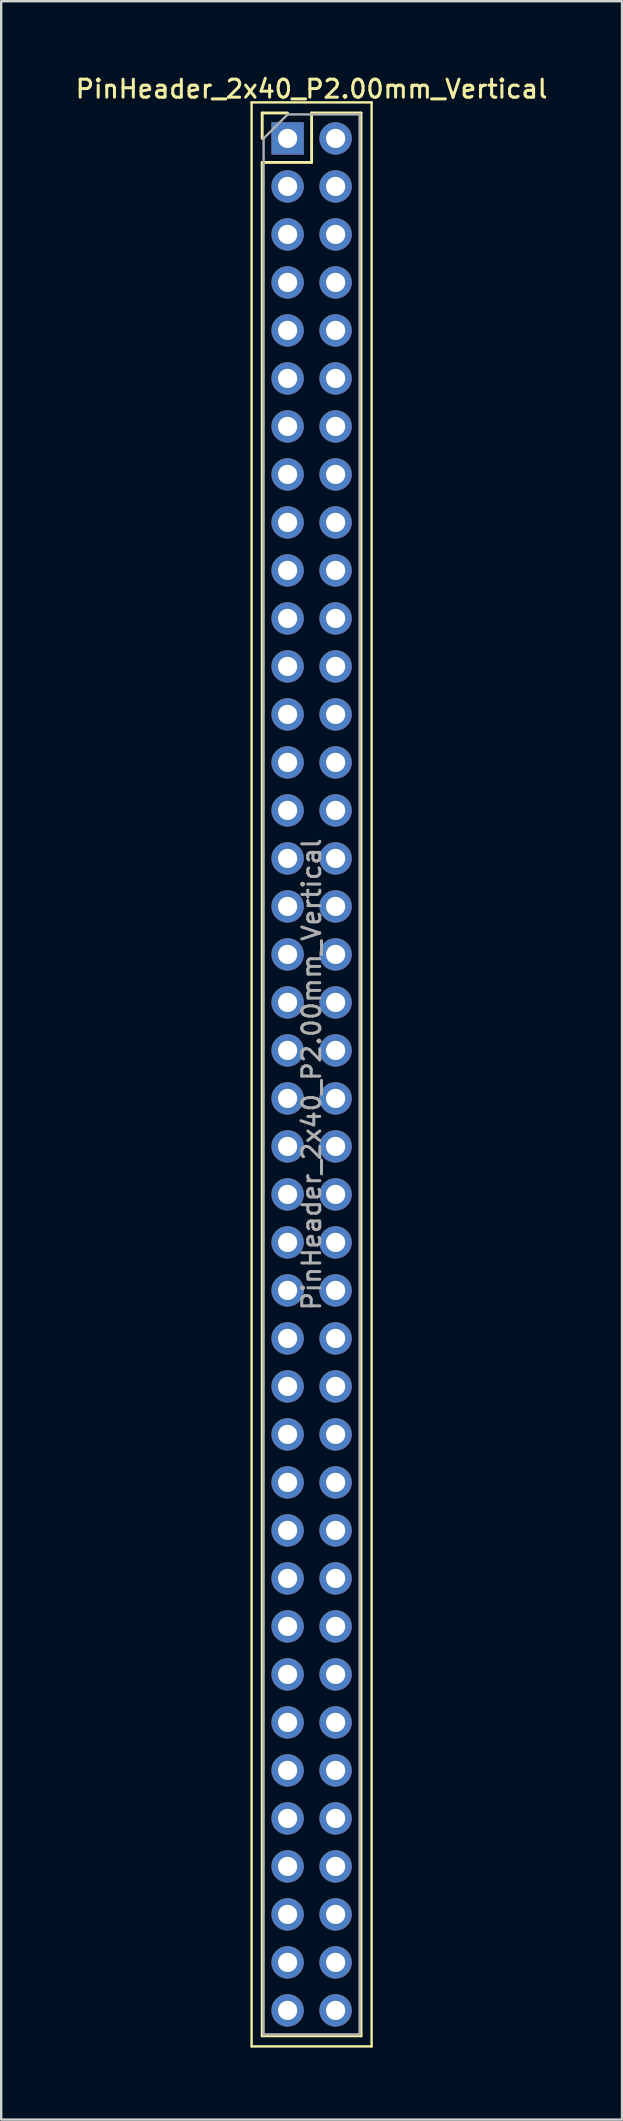
<source format=kicad_pcb>
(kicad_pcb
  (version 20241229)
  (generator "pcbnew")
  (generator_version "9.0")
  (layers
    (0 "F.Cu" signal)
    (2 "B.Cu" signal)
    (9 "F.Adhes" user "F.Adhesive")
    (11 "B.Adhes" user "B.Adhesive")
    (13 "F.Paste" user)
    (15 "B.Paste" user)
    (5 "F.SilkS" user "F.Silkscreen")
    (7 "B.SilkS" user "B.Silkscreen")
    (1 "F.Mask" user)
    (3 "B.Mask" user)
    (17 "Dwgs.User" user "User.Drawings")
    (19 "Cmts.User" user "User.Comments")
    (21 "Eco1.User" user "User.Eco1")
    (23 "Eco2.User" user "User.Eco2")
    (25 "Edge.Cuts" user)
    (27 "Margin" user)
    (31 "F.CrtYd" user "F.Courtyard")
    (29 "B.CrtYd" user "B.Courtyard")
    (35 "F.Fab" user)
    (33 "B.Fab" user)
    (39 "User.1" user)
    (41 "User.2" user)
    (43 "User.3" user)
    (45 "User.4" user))
  (footprint "PinHeader_2x40_P2.00mm_Vertical"
    (layer "F.Cu")
    (at 8.934 2.718)
    (property "Reference" "PinHeader_2x40_P2.00mm_Vertical" (at 1 -2.06 0) (layer "F.SilkS") (effects (font (size 0.75 0.75) (thickness 0.125))))
    (attr through_hole)
    (fp_line (start -1.5 -1.5) (end -1.5 79.5) (stroke (width 0.1) (type solid)) (layer "F.SilkS"))
    (fp_line (start -1.5 79.5) (end 3.5 79.5) (stroke (width 0.1) (type solid)) (layer "F.SilkS"))
    (fp_line (start -1.06 -1.06) (end 0 -1.06) (stroke (width 0.12) (type solid)) (layer "F.SilkS"))
    (fp_line (start -1.06 0) (end -1.06 -1.06) (stroke (width 0.12) (type solid)) (layer "F.SilkS"))
    (fp_line (start -1.06 1) (end -1.06 79.06) (stroke (width 0.12) (type solid)) (layer "F.SilkS"))
    (fp_line (start -1.06 1) (end 1 1) (stroke (width 0.12) (type solid)) (layer "F.SilkS"))
    (fp_line (start -1.06 79.06) (end 3.06 79.06) (stroke (width 0.12) (type solid)) (layer "F.SilkS"))
    (fp_line (start 1 -1.06) (end 3.06 -1.06) (stroke (width 0.12) (type solid)) (layer "F.SilkS"))
    (fp_line (start 1 1) (end 1 -1.06) (stroke (width 0.12) (type solid)) (layer "F.SilkS"))
    (fp_line (start 3.06 -1.06) (end 3.06 79.06) (stroke (width 0.12) (type solid)) (layer "F.SilkS"))
    (fp_line (start 3.5 -1.5) (end -1.5 -1.5) (stroke (width 0.1) (type solid)) (layer "F.SilkS"))
    (fp_line (start 3.5 79.5) (end 3.5 -1.5) (stroke (width 0.1) (type solid)) (layer "F.SilkS"))
    (fp_line (start -1 0) (end 0 -1) (stroke (width 0.1) (type solid)) (layer "F.Fab"))
    (fp_line (start -1 79) (end -1 0) (stroke (width 0.1) (type solid)) (layer "F.Fab"))
    (fp_line (start 0 -1) (end 3 -1) (stroke (width 0.1) (type solid)) (layer "F.Fab"))
    (fp_line (start 3 -1) (end 3 79) (stroke (width 0.1) (type solid)) (layer "F.Fab"))
    (fp_line (start 3 79) (end -1 79) (stroke (width 0.1) (type solid)) (layer "F.Fab"))
    (fp_text user "${REFERENCE}" (at 1 39 90) (layer "F.Fab") (effects (font (size 0.75 0.75) (thickness 0.125))))
    (pad "1" thru_hole rect (at 0 0) (size 1.35 1.35) (drill 0.8) (layers "*.Cu" "*.Mask"))
    (pad "2" thru_hole oval (at 2 0) (size 1.35 1.35) (drill 0.8) (layers "*.Cu" "*.Mask"))
    (pad "3" thru_hole oval (at 0 2) (size 1.35 1.35) (drill 0.8) (layers "*.Cu" "*.Mask"))
    (pad "4" thru_hole oval (at 2 2) (size 1.35 1.35) (drill 0.8) (layers "*.Cu" "*.Mask"))
    (pad "5" thru_hole oval (at 0 4) (size 1.35 1.35) (drill 0.8) (layers "*.Cu" "*.Mask"))
    (pad "6" thru_hole oval (at 2 4) (size 1.35 1.35) (drill 0.8) (layers "*.Cu" "*.Mask"))
    (pad "7" thru_hole oval (at 0 6) (size 1.35 1.35) (drill 0.8) (layers "*.Cu" "*.Mask"))
    (pad "8" thru_hole oval (at 2 6) (size 1.35 1.35) (drill 0.8) (layers "*.Cu" "*.Mask"))
    (pad "9" thru_hole oval (at 0 8) (size 1.35 1.35) (drill 0.8) (layers "*.Cu" "*.Mask"))
    (pad "10" thru_hole oval (at 2 8) (size 1.35 1.35) (drill 0.8) (layers "*.Cu" "*.Mask"))
    (pad "11" thru_hole oval (at 0 10) (size 1.35 1.35) (drill 0.8) (layers "*.Cu" "*.Mask"))
    (pad "12" thru_hole oval (at 2 10) (size 1.35 1.35) (drill 0.8) (layers "*.Cu" "*.Mask"))
    (pad "13" thru_hole oval (at 0 12) (size 1.35 1.35) (drill 0.8) (layers "*.Cu" "*.Mask"))
    (pad "14" thru_hole oval (at 2 12) (size 1.35 1.35) (drill 0.8) (layers "*.Cu" "*.Mask"))
    (pad "15" thru_hole oval (at 0 14) (size 1.35 1.35) (drill 0.8) (layers "*.Cu" "*.Mask"))
    (pad "16" thru_hole oval (at 2 14) (size 1.35 1.35) (drill 0.8) (layers "*.Cu" "*.Mask"))
    (pad "17" thru_hole oval (at 0 16) (size 1.35 1.35) (drill 0.8) (layers "*.Cu" "*.Mask"))
    (pad "18" thru_hole oval (at 2 16) (size 1.35 1.35) (drill 0.8) (layers "*.Cu" "*.Mask"))
    (pad "19" thru_hole oval (at 0 18) (size 1.35 1.35) (drill 0.8) (layers "*.Cu" "*.Mask"))
    (pad "20" thru_hole oval (at 2 18) (size 1.35 1.35) (drill 0.8) (layers "*.Cu" "*.Mask"))
    (pad "21" thru_hole oval (at 0 20) (size 1.35 1.35) (drill 0.8) (layers "*.Cu" "*.Mask"))
    (pad "22" thru_hole oval (at 2 20) (size 1.35 1.35) (drill 0.8) (layers "*.Cu" "*.Mask"))
    (pad "23" thru_hole oval (at 0 22) (size 1.35 1.35) (drill 0.8) (layers "*.Cu" "*.Mask"))
    (pad "24" thru_hole oval (at 2 22) (size 1.35 1.35) (drill 0.8) (layers "*.Cu" "*.Mask"))
    (pad "25" thru_hole oval (at 0 24) (size 1.35 1.35) (drill 0.8) (layers "*.Cu" "*.Mask"))
    (pad "26" thru_hole oval (at 2 24) (size 1.35 1.35) (drill 0.8) (layers "*.Cu" "*.Mask"))
    (pad "27" thru_hole oval (at 0 26) (size 1.35 1.35) (drill 0.8) (layers "*.Cu" "*.Mask"))
    (pad "28" thru_hole oval (at 2 26) (size 1.35 1.35) (drill 0.8) (layers "*.Cu" "*.Mask"))
    (pad "29" thru_hole oval (at 0 28) (size 1.35 1.35) (drill 0.8) (layers "*.Cu" "*.Mask"))
    (pad "30" thru_hole oval (at 2 28) (size 1.35 1.35) (drill 0.8) (layers "*.Cu" "*.Mask"))
    (pad "31" thru_hole oval (at 0 30) (size 1.35 1.35) (drill 0.8) (layers "*.Cu" "*.Mask"))
    (pad "32" thru_hole oval (at 2 30) (size 1.35 1.35) (drill 0.8) (layers "*.Cu" "*.Mask"))
    (pad "33" thru_hole oval (at 0 32) (size 1.35 1.35) (drill 0.8) (layers "*.Cu" "*.Mask"))
    (pad "34" thru_hole oval (at 2 32) (size 1.35 1.35) (drill 0.8) (layers "*.Cu" "*.Mask"))
    (pad "35" thru_hole oval (at 0 34) (size 1.35 1.35) (drill 0.8) (layers "*.Cu" "*.Mask"))
    (pad "36" thru_hole oval (at 2 34) (size 1.35 1.35) (drill 0.8) (layers "*.Cu" "*.Mask"))
    (pad "37" thru_hole oval (at 0 36) (size 1.35 1.35) (drill 0.8) (layers "*.Cu" "*.Mask"))
    (pad "38" thru_hole oval (at 2 36) (size 1.35 1.35) (drill 0.8) (layers "*.Cu" "*.Mask"))
    (pad "39" thru_hole oval (at 0 38) (size 1.35 1.35) (drill 0.8) (layers "*.Cu" "*.Mask"))
    (pad "40" thru_hole oval (at 2 38) (size 1.35 1.35) (drill 0.8) (layers "*.Cu" "*.Mask"))
    (pad "41" thru_hole oval (at 0 40) (size 1.35 1.35) (drill 0.8) (layers "*.Cu" "*.Mask"))
    (pad "42" thru_hole oval (at 2 40) (size 1.35 1.35) (drill 0.8) (layers "*.Cu" "*.Mask"))
    (pad "43" thru_hole oval (at 0 42) (size 1.35 1.35) (drill 0.8) (layers "*.Cu" "*.Mask"))
    (pad "44" thru_hole oval (at 2 42) (size 1.35 1.35) (drill 0.8) (layers "*.Cu" "*.Mask"))
    (pad "45" thru_hole oval (at 0 44) (size 1.35 1.35) (drill 0.8) (layers "*.Cu" "*.Mask"))
    (pad "46" thru_hole oval (at 2 44) (size 1.35 1.35) (drill 0.8) (layers "*.Cu" "*.Mask"))
    (pad "47" thru_hole oval (at 0 46) (size 1.35 1.35) (drill 0.8) (layers "*.Cu" "*.Mask"))
    (pad "48" thru_hole oval (at 2 46) (size 1.35 1.35) (drill 0.8) (layers "*.Cu" "*.Mask"))
    (pad "49" thru_hole oval (at 0 48) (size 1.35 1.35) (drill 0.8) (layers "*.Cu" "*.Mask"))
    (pad "50" thru_hole oval (at 2 48) (size 1.35 1.35) (drill 0.8) (layers "*.Cu" "*.Mask"))
    (pad "51" thru_hole oval (at 0 50) (size 1.35 1.35) (drill 0.8) (layers "*.Cu" "*.Mask"))
    (pad "52" thru_hole oval (at 2 50) (size 1.35 1.35) (drill 0.8) (layers "*.Cu" "*.Mask"))
    (pad "53" thru_hole oval (at 0 52) (size 1.35 1.35) (drill 0.8) (layers "*.Cu" "*.Mask"))
    (pad "54" thru_hole oval (at 2 52) (size 1.35 1.35) (drill 0.8) (layers "*.Cu" "*.Mask"))
    (pad "55" thru_hole oval (at 0 54) (size 1.35 1.35) (drill 0.8) (layers "*.Cu" "*.Mask"))
    (pad "56" thru_hole oval (at 2 54) (size 1.35 1.35) (drill 0.8) (layers "*.Cu" "*.Mask"))
    (pad "57" thru_hole oval (at 0 56) (size 1.35 1.35) (drill 0.8) (layers "*.Cu" "*.Mask"))
    (pad "58" thru_hole oval (at 2 56) (size 1.35 1.35) (drill 0.8) (layers "*.Cu" "*.Mask"))
    (pad "59" thru_hole oval (at 0 58) (size 1.35 1.35) (drill 0.8) (layers "*.Cu" "*.Mask"))
    (pad "60" thru_hole oval (at 2 58) (size 1.35 1.35) (drill 0.8) (layers "*.Cu" "*.Mask"))
    (pad "61" thru_hole oval (at 0 60) (size 1.35 1.35) (drill 0.8) (layers "*.Cu" "*.Mask"))
    (pad "62" thru_hole oval (at 2 60) (size 1.35 1.35) (drill 0.8) (layers "*.Cu" "*.Mask"))
    (pad "63" thru_hole oval (at 0 62) (size 1.35 1.35) (drill 0.8) (layers "*.Cu" "*.Mask"))
    (pad "64" thru_hole oval (at 2 62) (size 1.35 1.35) (drill 0.8) (layers "*.Cu" "*.Mask"))
    (pad "65" thru_hole oval (at 0 64) (size 1.35 1.35) (drill 0.8) (layers "*.Cu" "*.Mask"))
    (pad "66" thru_hole oval (at 2 64) (size 1.35 1.35) (drill 0.8) (layers "*.Cu" "*.Mask"))
    (pad "67" thru_hole oval (at 0 66) (size 1.35 1.35) (drill 0.8) (layers "*.Cu" "*.Mask"))
    (pad "68" thru_hole oval (at 2 66) (size 1.35 1.35) (drill 0.8) (layers "*.Cu" "*.Mask"))
    (pad "69" thru_hole oval (at 0 68) (size 1.35 1.35) (drill 0.8) (layers "*.Cu" "*.Mask"))
    (pad "70" thru_hole oval (at 2 68) (size 1.35 1.35) (drill 0.8) (layers "*.Cu" "*.Mask"))
    (pad "71" thru_hole oval (at 0 70) (size 1.35 1.35) (drill 0.8) (layers "*.Cu" "*.Mask"))
    (pad "72" thru_hole oval (at 2 70) (size 1.35 1.35) (drill 0.8) (layers "*.Cu" "*.Mask"))
    (pad "73" thru_hole oval (at 0 72) (size 1.35 1.35) (drill 0.8) (layers "*.Cu" "*.Mask"))
    (pad "74" thru_hole oval (at 2 72) (size 1.35 1.35) (drill 0.8) (layers "*.Cu" "*.Mask"))
    (pad "75" thru_hole oval (at 0 74) (size 1.35 1.35) (drill 0.8) (layers "*.Cu" "*.Mask"))
    (pad "76" thru_hole oval (at 2 74) (size 1.35 1.35) (drill 0.8) (layers "*.Cu" "*.Mask"))
    (pad "77" thru_hole oval (at 0 76) (size 1.35 1.35) (drill 0.8) (layers "*.Cu" "*.Mask"))
    (pad "78" thru_hole oval (at 2 76) (size 1.35 1.35) (drill 0.8) (layers "*.Cu" "*.Mask"))
    (pad "79" thru_hole oval (at 0 78) (size 1.35 1.35) (drill 0.8) (layers "*.Cu" "*.Mask"))
    (pad "80" thru_hole oval (at 2 78) (size 1.35 1.35) (drill 0.8) (layers "*.Cu" "*.Mask")))
  (gr_rect
    (start -3 -3)
    (end 22.868 85.268)
    (stroke (width 0.1) (type default))
    (fill no)
    (layer "Edge.Cuts")))
</source>
